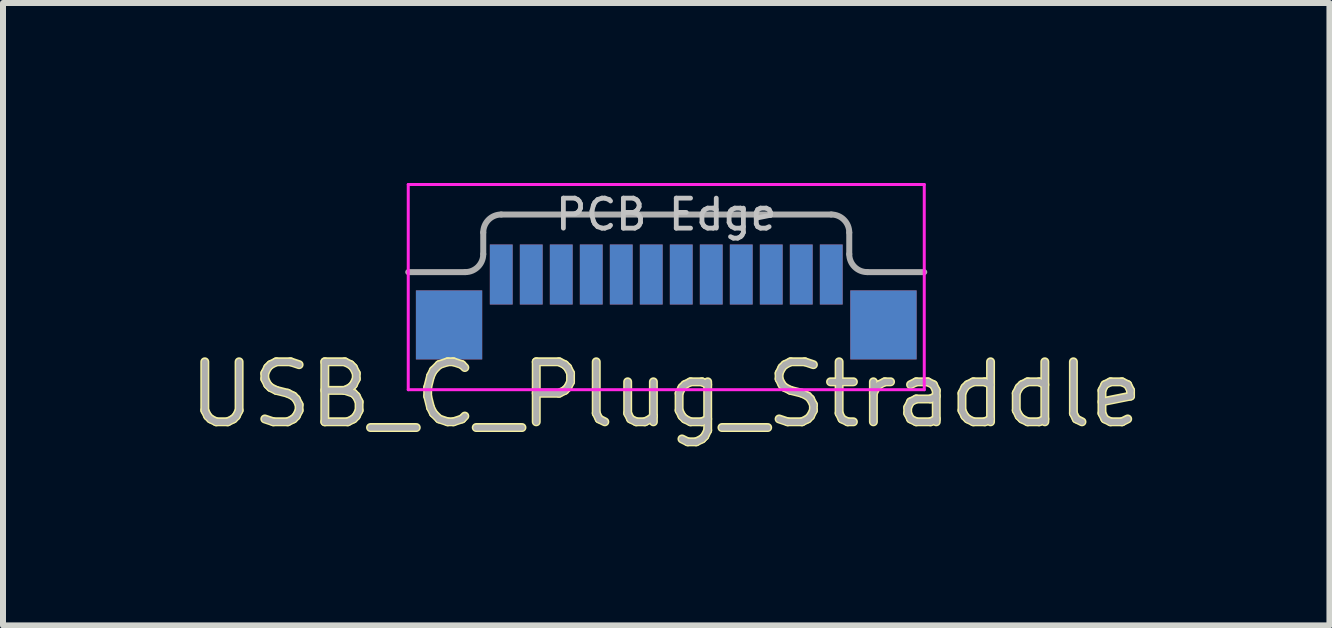
<source format=kicad_pcb>
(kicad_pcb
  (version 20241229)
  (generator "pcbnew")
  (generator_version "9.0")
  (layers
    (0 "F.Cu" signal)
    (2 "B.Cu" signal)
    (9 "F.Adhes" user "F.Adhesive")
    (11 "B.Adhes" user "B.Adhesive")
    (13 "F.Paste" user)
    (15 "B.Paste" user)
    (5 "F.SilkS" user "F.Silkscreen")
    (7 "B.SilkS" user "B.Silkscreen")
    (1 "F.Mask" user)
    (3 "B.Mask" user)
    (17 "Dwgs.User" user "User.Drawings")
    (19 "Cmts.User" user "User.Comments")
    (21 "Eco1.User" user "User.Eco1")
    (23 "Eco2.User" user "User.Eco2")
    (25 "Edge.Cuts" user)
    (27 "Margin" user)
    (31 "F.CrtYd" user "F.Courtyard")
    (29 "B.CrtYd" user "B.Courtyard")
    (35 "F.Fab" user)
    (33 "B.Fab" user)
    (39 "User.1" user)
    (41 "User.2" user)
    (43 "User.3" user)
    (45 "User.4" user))
  (footprint "USB_C_Plug_Straddle"
    (layer "F.Cu")
    (at 8.054 1.485)
    (property "Reference" "USB_C_Plug_Straddle" (at 0 2.04 0) (layer "F.SilkS") (effects (font (size 1 1) (thickness 0.15))))
    (attr smd)
    (fp_line (start -4.3 1.96) (end -4.3 -1.46) (stroke (width 0.05) (type solid)) (layer "F.CrtYd"))
    (fp_line (start 4.3 -1.46) (end -4.3 -1.46) (stroke (width 0.05) (type solid)) (layer "F.CrtYd"))
    (fp_line (start 4.3 1.96) (end -4.3 1.96) (stroke (width 0.05) (type solid)) (layer "F.CrtYd"))
    (fp_line (start 4.3 1.96) (end 4.3 -1.46) (stroke (width 0.05) (type solid)) (layer "F.CrtYd"))
    (fp_line (start -3.35 0) (end -4.3 0) (stroke (width 0.1) (type solid)) (layer "F.Fab"))
    (fp_line (start -3.05 -0.66) (end -3.05 -0.3) (stroke (width 0.1) (type solid)) (layer "F.Fab"))
    (fp_line (start -2.75 -0.96) (end 2.75 -0.96) (stroke (width 0.1) (type solid)) (layer "F.Fab"))
    (fp_line (start 3.05 -0.66) (end 3.05 -0.3) (stroke (width 0.1) (type solid)) (layer "F.Fab"))
    (fp_line (start 3.35 0) (end 4.3 0) (stroke (width 0.1) (type solid)) (layer "F.Fab"))
    (fp_arc (start -3.05 -0.66) (mid -2.962132 -0.872132) (end -2.75 -0.96) (stroke (width 0.1) (type solid)) (layer "F.Fab"))
    (fp_arc (start -3.05 -0.3) (mid -3.137868 -0.087868) (end -3.35 0) (stroke (width 0.1) (type solid)) (layer "F.Fab"))
    (fp_arc (start 2.75 -0.96) (mid 2.962132 -0.872132) (end 3.05 -0.66) (stroke (width 0.1) (type solid)) (layer "F.Fab"))
    (fp_arc (start 3.35 0) (mid 3.137868 -0.087868) (end 3.05 -0.3) (stroke (width 0.1) (type solid)) (layer "F.Fab"))
    (fp_text user "PCB Edge" (at 0 -0.96 0) (layer "Dwgs.User") (effects (font (size 0.5 0.5) (thickness 0.08))))
    (fp_text user "${REFERENCE}" (at 0 2.04 0) (layer "F.Fab") (effects (font (size 1 1) (thickness 0.1))))
    (pad "A1" smd rect (at -2.75 0.04) (size 0.38 1) (layers "F.Cu" "F.Mask" "F.Paste"))
    (pad "A2" smd rect (at -2.25 0.04) (size 0.38 1) (layers "F.Cu" "F.Mask" "F.Paste"))
    (pad "A3" smd rect (at -1.75 0.04) (size 0.38 1) (layers "F.Cu" "F.Mask" "F.Paste"))
    (pad "A4" smd rect (at -1.25 0.04) (size 0.38 1) (layers "F.Cu" "F.Mask" "F.Paste"))
    (pad "A5" smd rect (at -0.75 0.04) (size 0.38 1) (layers "F.Cu" "F.Mask" "F.Paste"))
    (pad "A6" smd rect (at -0.25 0.04) (size 0.38 1) (layers "F.Cu" "F.Mask" "F.Paste"))
    (pad "A7" smd rect (at 0.25 0.04) (size 0.38 1) (layers "F.Cu" "F.Mask" "F.Paste"))
    (pad "A8" smd rect (at 0.75 0.04) (size 0.38 1) (layers "F.Cu" "F.Mask" "F.Paste"))
    (pad "A9" smd rect (at 1.25 0.04) (size 0.38 1) (layers "F.Cu" "F.Mask" "F.Paste"))
    (pad "A10" smd rect (at 1.75 0.04) (size 0.38 1) (layers "F.Cu" "F.Mask" "F.Paste"))
    (pad "A11" smd rect (at 2.25 0.04) (size 0.38 1) (layers "F.Cu" "F.Mask" "F.Paste"))
    (pad "A12" smd rect (at 2.75 0.04) (size 0.38 1) (layers "F.Cu" "F.Mask" "F.Paste"))
    (pad "B1" smd rect (at 2.75 0.04) (size 0.38 1) (layers "B.Cu" "B.Mask" "B.Paste"))
    (pad "B2" smd rect (at 2.25 0.04) (size 0.38 1) (layers "B.Cu" "B.Mask" "B.Paste"))
    (pad "B3" smd rect (at 1.75 0.04) (size 0.38 1) (layers "B.Cu" "B.Mask" "B.Paste"))
    (pad "B4" smd rect (at 1.25 0.04) (size 0.38 1) (layers "B.Cu" "B.Mask" "B.Paste"))
    (pad "B5" smd rect (at 0.75 0.04) (size 0.38 1) (layers "B.Cu" "B.Mask" "B.Paste"))
    (pad "B6" smd rect (at 0.25 0.04) (size 0.38 1) (layers "B.Cu" "B.Mask" "B.Paste"))
    (pad "B7" smd rect (at -0.25 0.04) (size 0.38 1) (layers "B.Cu" "B.Mask" "B.Paste"))
    (pad "B8" smd rect (at -0.75 0.04) (size 0.38 1) (layers "B.Cu" "B.Mask" "B.Paste"))
    (pad "B9" smd rect (at -1.25 0.04) (size 0.38 1) (layers "B.Cu" "B.Mask" "B.Paste"))
    (pad "B10" smd rect (at -1.75 0.04) (size 0.38 1) (layers "B.Cu" "B.Mask" "B.Paste"))
    (pad "B11" smd rect (at -2.25 0.04) (size 0.38 1) (layers "B.Cu" "B.Mask" "B.Paste"))
    (pad "B12" smd rect (at -2.75 0.04) (size 0.38 1) (layers "B.Cu" "B.Mask" "B.Paste"))
    (pad "S1" smd rect (at -3.62 0.88) (size 1.105 1.15) (layers "F.Cu" "F.Mask" "F.Paste"))
    (pad "S1" smd rect (at -3.62 0.88) (size 1.105 1.15) (layers "B.Cu" "B.Mask" "B.Paste"))
    (pad "S1" smd rect (at 3.62 0.88) (size 1.105 1.15) (layers "F.Cu" "F.Mask" "F.Paste"))
    (pad "S1" smd rect (at 3.62 0.88) (size 1.105 1.15) (layers "B.Cu" "B.Mask" "B.Paste")))
  (gr_rect
    (start -3 -3)
    (end 19.107 7.373)
    (stroke (width 0.1) (type default))
    (fill no)
    (layer "Edge.Cuts")))
</source>
